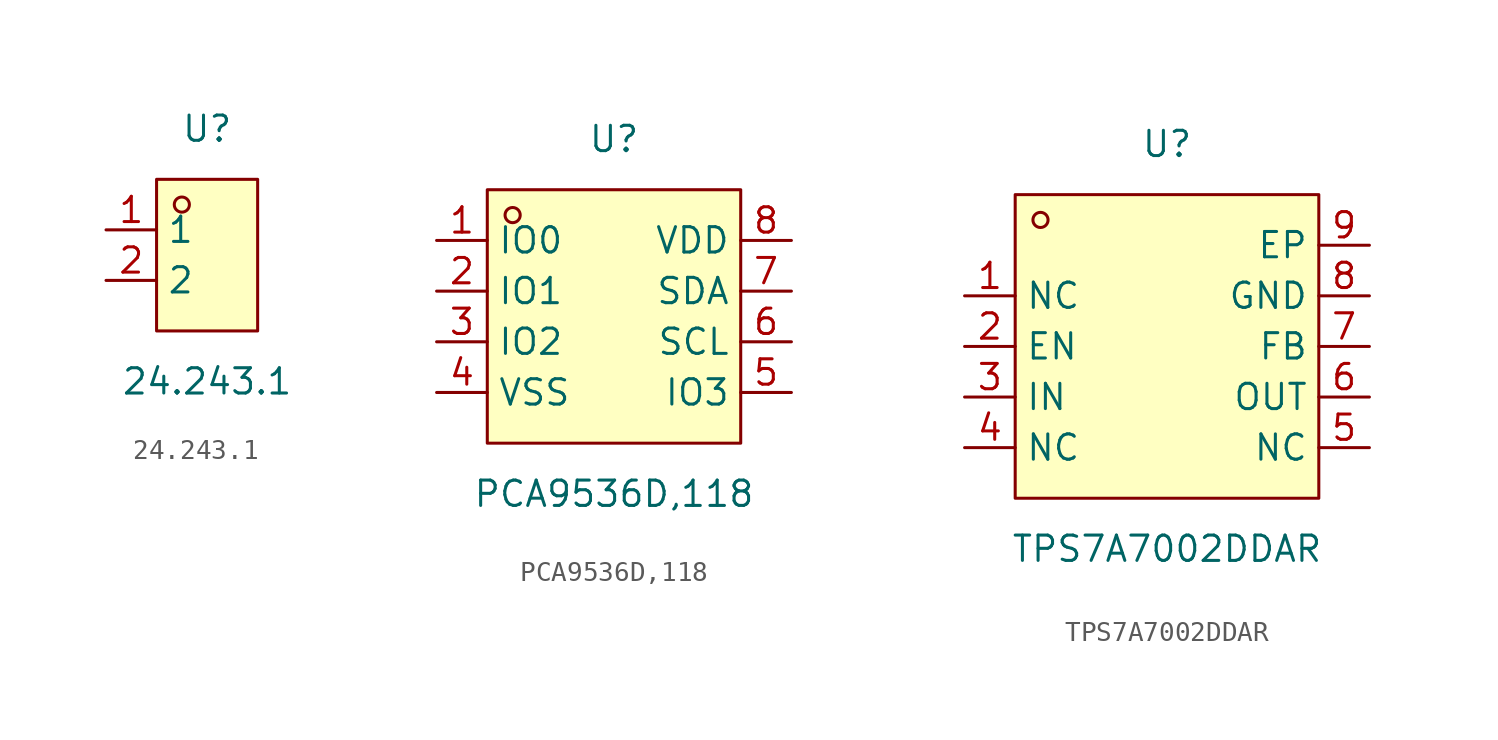
<source format=kicad_sym>
(kicad_symbol_lib
  (version 20211014)
  (generator https://github.com/uPesy/easyeda2kicad.py)
  (symbol "24.243.1"
    (property "Reference" "U"
      (at 0 6.35 0)
      (effects (font (size 1.27 1.27))))
    (property "Value" "24.243.1"
      (at 0 -6.35 0)
      (effects (font (size 1.27 1.27))))
    (symbol "24.243.1_0_1"
      (rectangle (start -2.54 3.81) (end 2.54 -3.81) (stroke (width 0) (type default) (color 0 0 0 0)) (fill (type background)))
      (circle (center -1.27 2.54) (radius 0.38) (stroke (width 0) (type default) (color 0 0 0 0)) (fill (type none)))
      (pin unspecified line (at -5.08 1.27 0) (length 2.54) (name "1" (effects (font (size 1.27 1.27)))) (number "1" (effects (font (size 1.27 1.27)))))
      (pin unspecified line (at -5.08 -1.27 0) (length 2.54) (name "2" (effects (font (size 1.27 1.27)))) (number "2" (effects (font (size 1.27 1.27)))))))
  (symbol "PCA9536D,118"
    (property "Reference" "U"
      (at 0 8.89 0)
      (effects (font (size 1.27 1.27))))
    (property "Value" "PCA9536D,118"
      (at 0 -8.89 0)
      (effects (font (size 1.27 1.27))))
    (symbol "PCA9536D,118_0_1"
      (rectangle (start -6.35 6.35) (end 6.35 -6.35) (stroke (width 0) (type default) (color 0 0 0 0)) (fill (type background)))
      (circle (center -5.08 5.08) (radius 0.38) (stroke (width 0) (type default) (color 0 0 0 0)) (fill (type none)))
      (pin unspecified line (at -8.89 3.81 0) (length 2.54) (name "IO0" (effects (font (size 1.27 1.27)))) (number "1" (effects (font (size 1.27 1.27)))))
      (pin unspecified line (at -8.89 1.27 0) (length 2.54) (name "IO1" (effects (font (size 1.27 1.27)))) (number "2" (effects (font (size 1.27 1.27)))))
      (pin unspecified line (at -8.89 -1.27 0) (length 2.54) (name "IO2" (effects (font (size 1.27 1.27)))) (number "3" (effects (font (size 1.27 1.27)))))
      (pin unspecified line (at -8.89 -3.81 0) (length 2.54) (name "VSS" (effects (font (size 1.27 1.27)))) (number "4" (effects (font (size 1.27 1.27)))))
      (pin unspecified line (at 8.89 -3.81 180) (length 2.54) (name "IO3" (effects (font (size 1.27 1.27)))) (number "5" (effects (font (size 1.27 1.27)))))
      (pin unspecified line (at 8.89 -1.27 180) (length 2.54) (name "SCL" (effects (font (size 1.27 1.27)))) (number "6" (effects (font (size 1.27 1.27)))))
      (pin unspecified line (at 8.89 1.27 180) (length 2.54) (name "SDA" (effects (font (size 1.27 1.27)))) (number "7" (effects (font (size 1.27 1.27)))))
      (pin unspecified line (at 8.89 3.81 180) (length 2.54) (name "VDD" (effects (font (size 1.27 1.27)))) (number "8" (effects (font (size 1.27 1.27)))))))
  (symbol "TPS7A7002DDAR"
    (property "Reference" "U"
      (at 0 10.16 0)
      (effects (font (size 1.27 1.27))))
    (property "Value" "TPS7A7002DDAR"
      (at 0 -10.16 0)
      (effects (font (size 1.27 1.27))))
    (symbol "TPS7A7002DDAR_0_1"
      (rectangle (start -7.62 7.62) (end 7.62 -7.62) (stroke (width 0) (type default) (color 0 0 0 0)) (fill (type background)))
      (circle (center -6.35 6.35) (radius 0.38) (stroke (width 0) (type default) (color 0 0 0 0)) (fill (type none)))
      (pin unspecified line (at -10.16 2.54 0) (length 2.54) (name "NC" (effects (font (size 1.27 1.27)))) (number "1" (effects (font (size 1.27 1.27)))))
      (pin unspecified line (at -10.16 -0.00 0) (length 2.54) (name "EN" (effects (font (size 1.27 1.27)))) (number "2" (effects (font (size 1.27 1.27)))))
      (pin unspecified line (at -10.16 -2.54 0) (length 2.54) (name "IN" (effects (font (size 1.27 1.27)))) (number "3" (effects (font (size 1.27 1.27)))))
      (pin unspecified line (at -10.16 -5.08 0) (length 2.54) (name "NC" (effects (font (size 1.27 1.27)))) (number "4" (effects (font (size 1.27 1.27)))))
      (pin unspecified line (at 10.16 -5.08 180) (length 2.54) (name "NC" (effects (font (size 1.27 1.27)))) (number "5" (effects (font (size 1.27 1.27)))))
      (pin unspecified line (at 10.16 -2.54 180) (length 2.54) (name "OUT" (effects (font (size 1.27 1.27)))) (number "6" (effects (font (size 1.27 1.27)))))
      (pin unspecified line (at 10.16 -0.00 180) (length 2.54) (name "FB" (effects (font (size 1.27 1.27)))) (number "7" (effects (font (size 1.27 1.27)))))
      (pin unspecified line (at 10.16 2.54 180) (length 2.54) (name "GND" (effects (font (size 1.27 1.27)))) (number "8" (effects (font (size 1.27 1.27)))))
      (pin unspecified line (at 10.16 5.08 180) (length 2.54) (name "EP" (effects (font (size 1.27 1.27)))) (number "9" (effects (font (size 1.27 1.27))))))))
</source>
